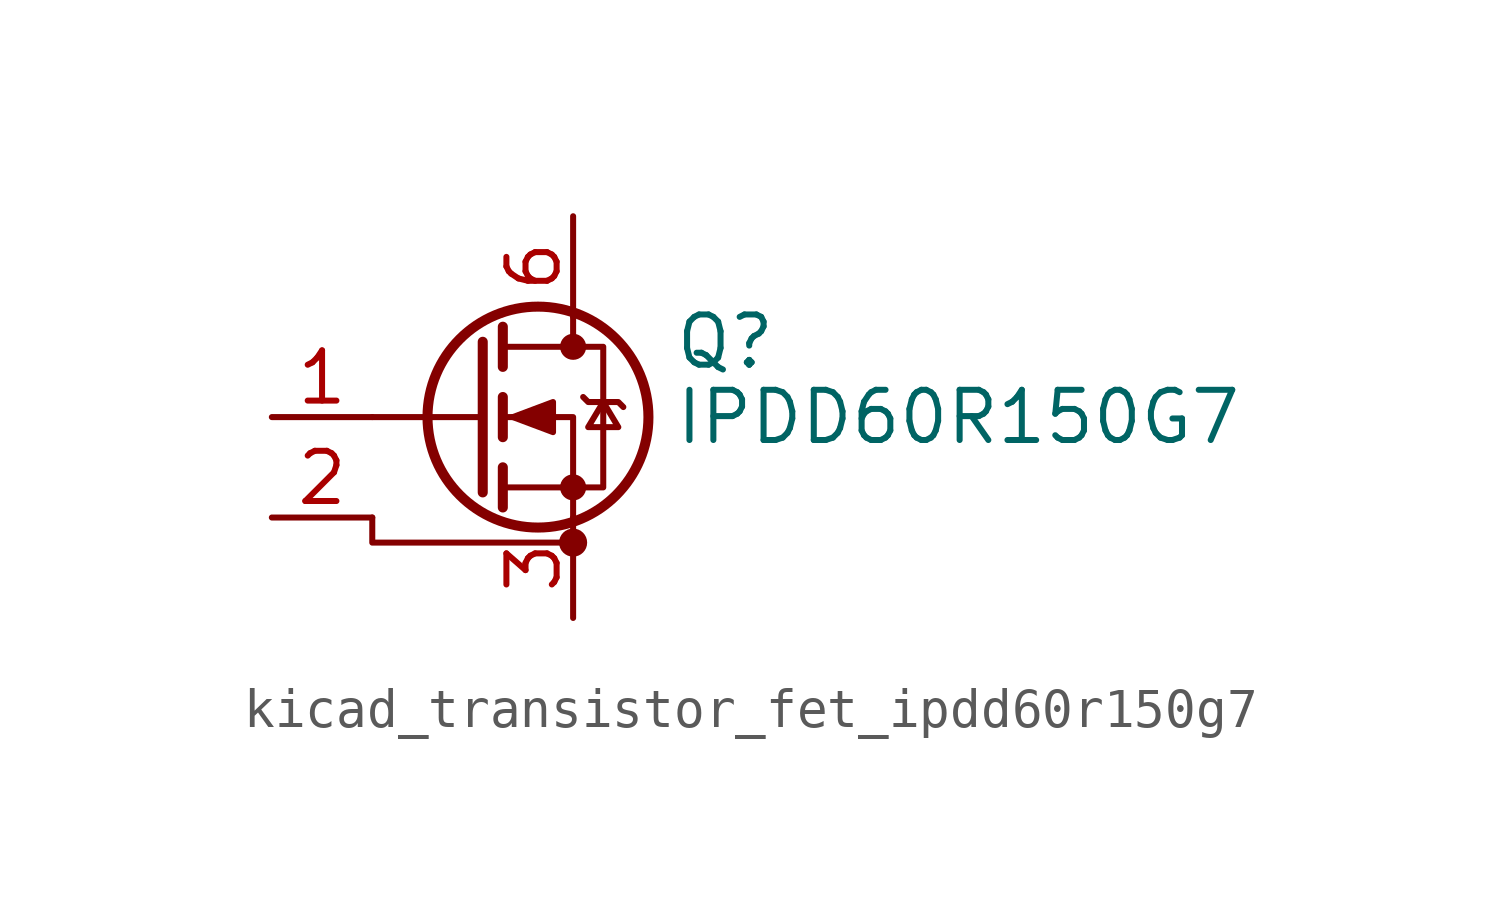
<source format=kicad_sym>
(kicad_symbol_lib
  (version 20220914)
  (generator kicad_symbol_editor)
  (symbol "kicad_transistor_fet_ipdd60r150g7"
    (pin_names hide)
    (property "Reference" "Q"
      (at 5.08 1.905 0)
      (effects (font (size 1.27 1.27)) (justify left)))
    (property "Value" "IPDD60R150G7"
      (at 5.08 0 0)
      (effects (font (size 1.27 1.27)) (justify left)))
    (symbol "kicad_transistor_fet_ipdd60r150g7_0_1"
      (polyline (pts (xy 0.254 0) (xy -2.54 0)) (stroke (width 0) (type default)) (fill (type none)))
      (polyline (pts (xy 0.254 1.905) (xy 0.254 -1.905)) (stroke (width 0.254) (type default)) (fill (type none)))
      (polyline (pts (xy 0.762 -1.27) (xy 0.762 -2.286)) (stroke (width 0.254) (type default)) (fill (type none)))
      (polyline (pts (xy 0.762 0.508) (xy 0.762 -0.508)) (stroke (width 0.254) (type default)) (fill (type none)))
      (polyline (pts (xy 0.762 2.286) (xy 0.762 1.27)) (stroke (width 0.254) (type default)) (fill (type none)))
      (polyline (pts (xy 2.54 2.54) (xy 2.54 1.778)) (stroke (width 0) (type default)) (fill (type none)))
      (polyline (pts (xy -2.54 -2.54) (xy -2.54 -3.175) (xy 2.54 -3.175)) (stroke (width 0) (type default)) (fill (type none)))
      (polyline (pts (xy 2.54 -2.54) (xy 2.54 0) (xy 0.762 0)) (stroke (width 0) (type default)) (fill (type none)))
      (polyline (pts (xy 0.762 -1.778) (xy 3.302 -1.778) (xy 3.302 1.778) (xy 0.762 1.778)) (stroke (width 0) (type default)) (fill (type none)))
      (polyline (pts (xy 1.016 0) (xy 2.032 0.381) (xy 2.032 -0.381) (xy 1.016 0)) (stroke (width 0) (type default)) (fill (type outline)))
      (polyline (pts (xy 2.794 0.508) (xy 2.921 0.381) (xy 3.683 0.381) (xy 3.81 0.254)) (stroke (width 0) (type default)) (fill (type none)))
      (polyline (pts (xy 3.302 0.381) (xy 2.921 -0.254) (xy 3.683 -0.254) (xy 3.302 0.381)) (stroke (width 0) (type default)) (fill (type none)))
      (circle (center 1.651 0) (radius 2.794) (stroke (width 0.254) (type default)) (fill (type none)))
      (circle (center 2.54 -3.175) (radius 0.279) (stroke (width 0) (type default)) (fill (type outline)))
      (circle (center 2.54 -1.778) (radius 0.254) (stroke (width 0) (type default)) (fill (type outline)))
      (circle (center 2.54 1.778) (radius 0.254) (stroke (width 0) (type default)) (fill (type outline))))
    (symbol "kicad_transistor_fet_ipdd60r150g7_1_1"
      (pin input line (at -5.08 0 0) (length 2.54) (name "G" (effects (font (size 1.27 1.27)))) (number "1" (effects (font (size 1.27 1.27)))))
      (pin passive line (at 2.54 5.08 270) (length 2.54) hide (name "D" (effects (font (size 1.27 1.27)))) (number "10" (effects (font (size 1.27 1.27)))))
      (pin passive line (at -5.08 -2.54 0) (length 2.54) (name "DS" (effects (font (size 1.27 1.27)))) (number "2" (effects (font (size 1.27 1.27)))))
      (pin passive line (at 2.54 -5.08 90) (length 2.54) (name "PS" (effects (font (size 1.27 1.27)))) (number "3" (effects (font (size 1.27 1.27)))))
      (pin passive line (at 2.54 -5.08 90) (length 2.54) hide (name "PS" (effects (font (size 1.27 1.27)))) (number "4" (effects (font (size 1.27 1.27)))))
      (pin passive line (at 2.54 -5.08 90) (length 2.54) hide (name "PS" (effects (font (size 1.27 1.27)))) (number "5" (effects (font (size 1.27 1.27)))))
      (pin passive line (at 2.54 5.08 270) (length 2.54) (name "D" (effects (font (size 1.27 1.27)))) (number "6" (effects (font (size 1.27 1.27)))))
      (pin passive line (at 2.54 5.08 270) (length 2.54) hide (name "D" (effects (font (size 1.27 1.27)))) (number "7" (effects (font (size 1.27 1.27)))))
      (pin passive line (at 2.54 5.08 270) (length 2.54) hide (name "D" (effects (font (size 1.27 1.27)))) (number "8" (effects (font (size 1.27 1.27)))))
      (pin passive line (at 2.54 5.08 270) (length 2.54) hide (name "D" (effects (font (size 1.27 1.27)))) (number "9" (effects (font (size 1.27 1.27))))))))
</source>
